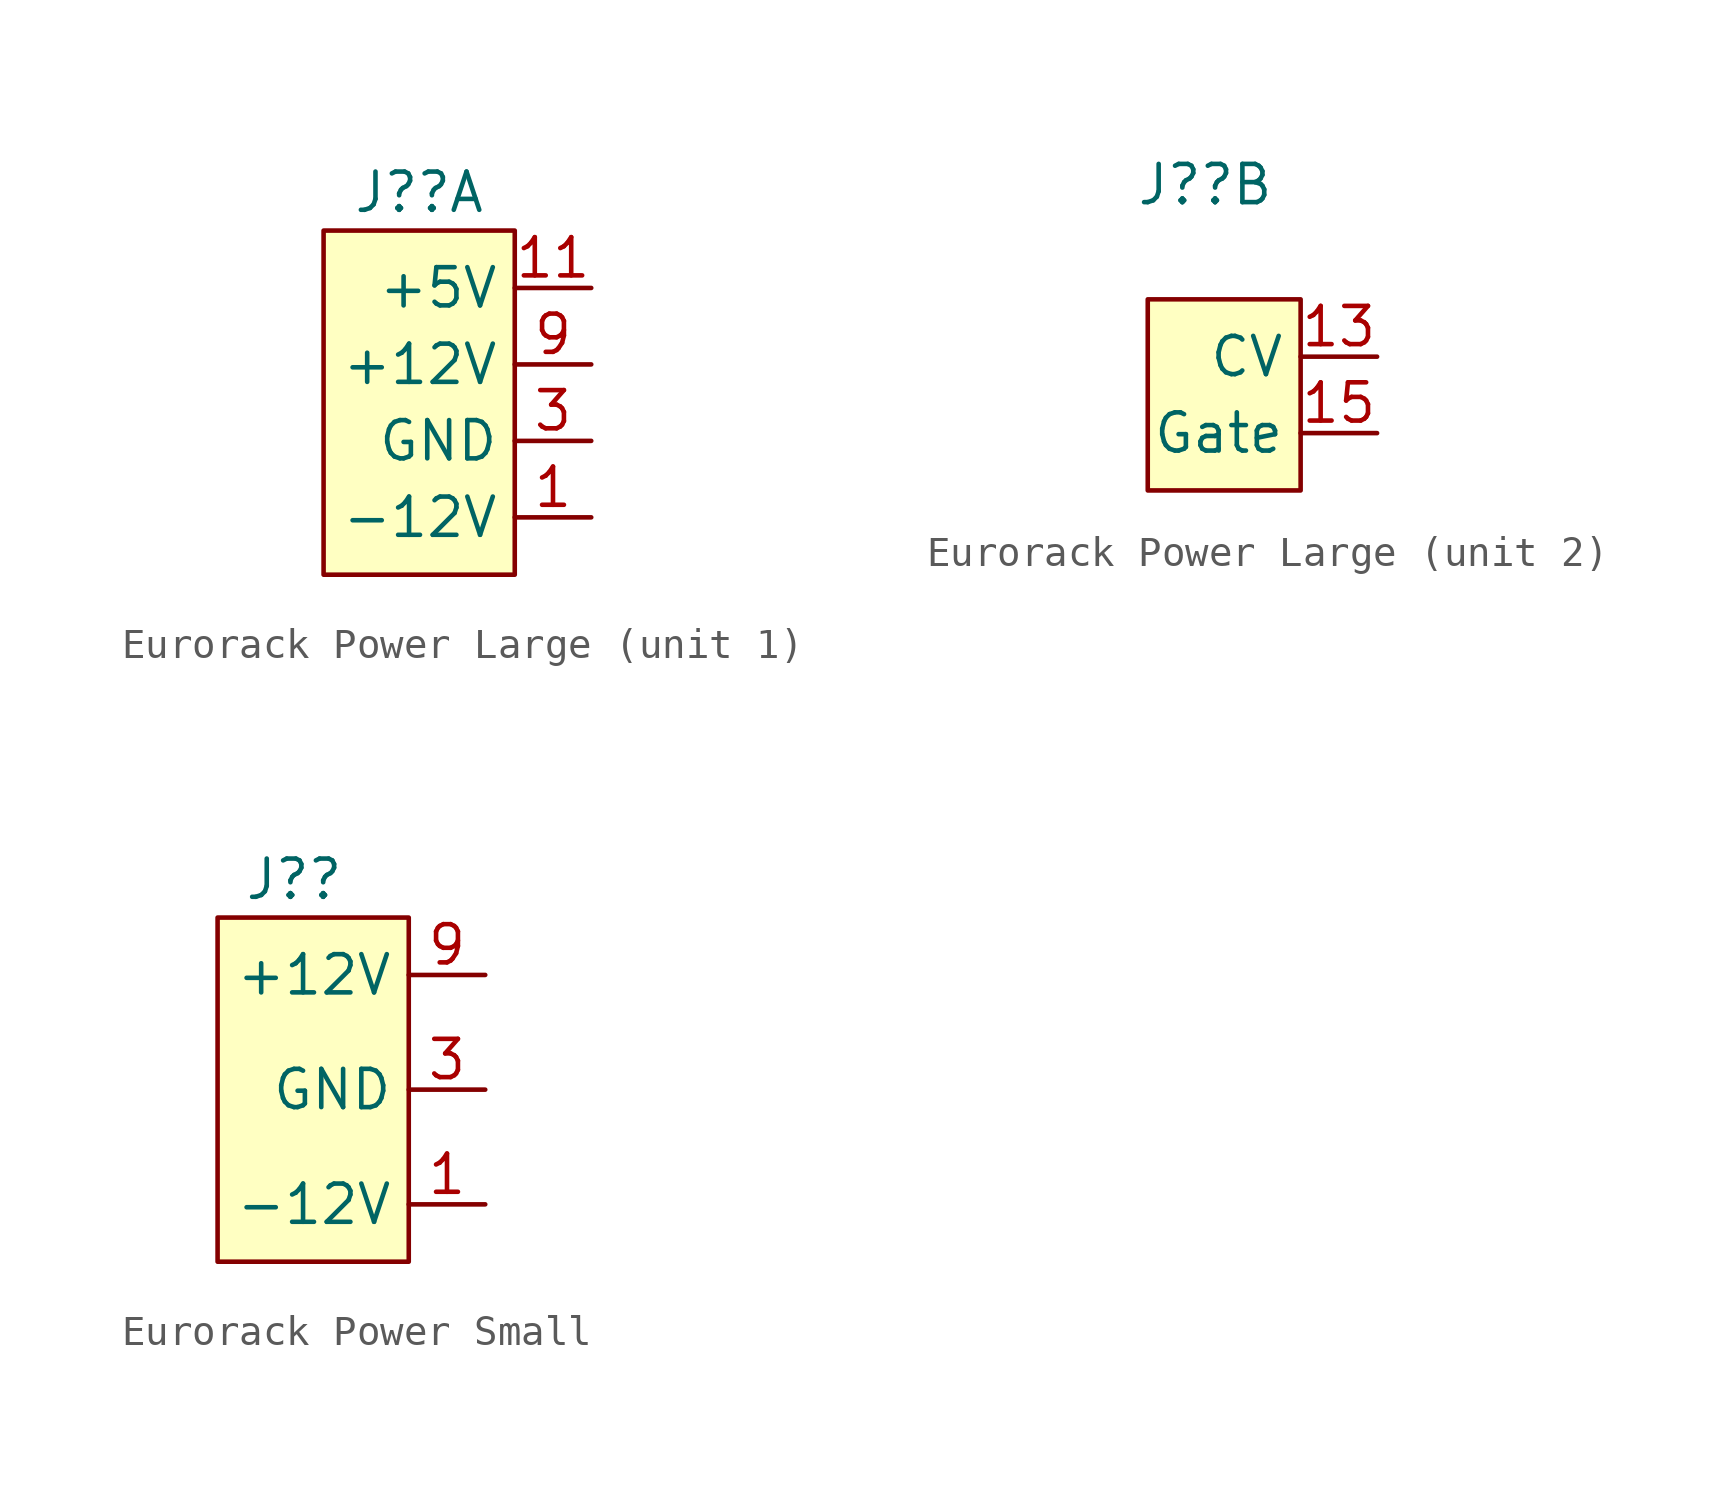
<source format=kicad_sym>
(kicad_symbol_lib
  (version 20231120)
  (generator "kicad_symbol_editor")
  (generator_version "8.0")
  (symbol "Eurorack Power Large"
    (property "Reference" "J?"
      (at 0.635 8.255 0)
      (effects (font (size 1.27 1.27))))
    (property "ki_locked" ""
      (at 0 0 0)
      (effects (font (size 1.27 1.27))))
    (symbol "Eurorack Power Large_1_1"
      (rectangle (start -2.54 6.985) (end 3.81 -4.445) (stroke (width 0.152) (type default)) (fill (type background)))
      (pin power_out line (at 6.35 -2.54 180) (length 2.54) (name "-12V" (effects (font (size 1.27 1.27)))) (number "1" (effects (font (size 1.27 1.27)))))
      (pin passive line (at 6.35 2.54 180) (length 2.54) hide (name "+12V" (effects (font (size 1.27 1.27)))) (number "10" (effects (font (size 1.27 1.27)))))
      (pin power_out line (at 6.35 5.08 180) (length 2.54) (name "+5V" (effects (font (size 1.27 1.27)))) (number "11" (effects (font (size 1.27 1.27)))))
      (pin passive line (at 6.35 5.08 180) (length 2.54) hide (name "+5V" (effects (font (size 1.27 1.27)))) (number "12" (effects (font (size 1.27 1.27)))))
      (pin passive line (at 6.35 -2.54 180) (length 2.54) hide (name "-12V" (effects (font (size 1.27 1.27)))) (number "2" (effects (font (size 1.27 1.27)))))
      (pin power_out line (at 6.35 0 180) (length 2.54) (name "GND" (effects (font (size 1.27 1.27)))) (number "3" (effects (font (size 1.27 1.27)))))
      (pin passive line (at 6.35 0 180) (length 2.54) hide (name "GND" (effects (font (size 1.27 1.27)))) (number "4" (effects (font (size 1.27 1.27)))))
      (pin passive line (at 6.35 0 180) (length 2.54) hide (name "GND" (effects (font (size 1.27 1.27)))) (number "5" (effects (font (size 1.27 1.27)))))
      (pin passive line (at 6.35 0 180) (length 2.54) hide (name "GND" (effects (font (size 1.27 1.27)))) (number "6" (effects (font (size 1.27 1.27)))))
      (pin passive line (at 6.35 0 180) (length 2.54) hide (name "GND" (effects (font (size 1.27 1.27)))) (number "7" (effects (font (size 1.27 1.27)))))
      (pin passive line (at 6.35 0 180) (length 2.54) hide (name "GND" (effects (font (size 1.27 1.27)))) (number "8" (effects (font (size 1.27 1.27)))))
      (pin power_out line (at 6.35 2.54 180) (length 2.54) (name "+12V" (effects (font (size 1.27 1.27)))) (number "9" (effects (font (size 1.27 1.27))))))
    (symbol "Eurorack Power Large_2_1"
      (rectangle (start -1.27 4.445) (end 3.81 -1.905) (stroke (width 0.152) (type default)) (fill (type background)))
      (pin passive line (at 6.35 2.54 180) (length 2.54) (name "CV" (effects (font (size 1.27 1.27)))) (number "13" (effects (font (size 1.27 1.27)))))
      (pin passive line (at 6.35 2.54 180) (length 2.54) hide (name "CV" (effects (font (size 1.27 1.27)))) (number "14" (effects (font (size 1.27 1.27)))))
      (pin passive line (at 6.35 0 180) (length 2.54) (name "Gate" (effects (font (size 1.27 1.27)))) (number "15" (effects (font (size 1.27 1.27)))))
      (pin passive line (at 6.35 0 180) (length 2.54) hide (name "Gate" (effects (font (size 1.27 1.27)))) (number "16" (effects (font (size 1.27 1.27)))))))
  (symbol "Eurorack Power Small"
    (property "Reference" "J?"
      (at 0 6.985 0)
      (effects (font (size 1.27 1.27))))
    (symbol "Eurorack Power Small_0_1"
      (rectangle (start -2.54 5.715) (end 3.81 -5.715) (stroke (width 0.152) (type default)) (fill (type background))))
    (symbol "Eurorack Power Small_1_1"
      (pin power_out line (at 6.35 -3.81 180) (length 2.54) (name "-12V" (effects (font (size 1.27 1.27)))) (number "1" (effects (font (size 1.27 1.27)))))
      (pin passive line (at 6.35 3.81 180) (length 2.54) hide (name "+12V" (effects (font (size 1.27 1.27)))) (number "10" (effects (font (size 1.27 1.27)))))
      (pin passive line (at 6.35 -3.81 180) (length 2.54) hide (name "-12V" (effects (font (size 1.27 1.27)))) (number "2" (effects (font (size 1.27 1.27)))))
      (pin power_out line (at 6.35 0 180) (length 2.54) (name "GND" (effects (font (size 1.27 1.27)))) (number "3" (effects (font (size 1.27 1.27)))))
      (pin passive line (at 6.35 0 180) (length 2.54) hide (name "GND" (effects (font (size 1.27 1.27)))) (number "4" (effects (font (size 1.27 1.27)))))
      (pin passive line (at 6.35 0 180) (length 2.54) hide (name "GND" (effects (font (size 1.27 1.27)))) (number "5" (effects (font (size 1.27 1.27)))))
      (pin passive line (at 6.35 0 180) (length 2.54) hide (name "GND" (effects (font (size 1.27 1.27)))) (number "6" (effects (font (size 1.27 1.27)))))
      (pin passive line (at 6.35 0 180) (length 2.54) hide (name "GND" (effects (font (size 1.27 1.27)))) (number "7" (effects (font (size 1.27 1.27)))))
      (pin passive line (at 6.35 0 180) (length 2.54) hide (name "GND" (effects (font (size 1.27 1.27)))) (number "8" (effects (font (size 1.27 1.27)))))
      (pin power_out line (at 6.35 3.81 180) (length 2.54) (name "+12V" (effects (font (size 1.27 1.27)))) (number "9" (effects (font (size 1.27 1.27))))))))
</source>
